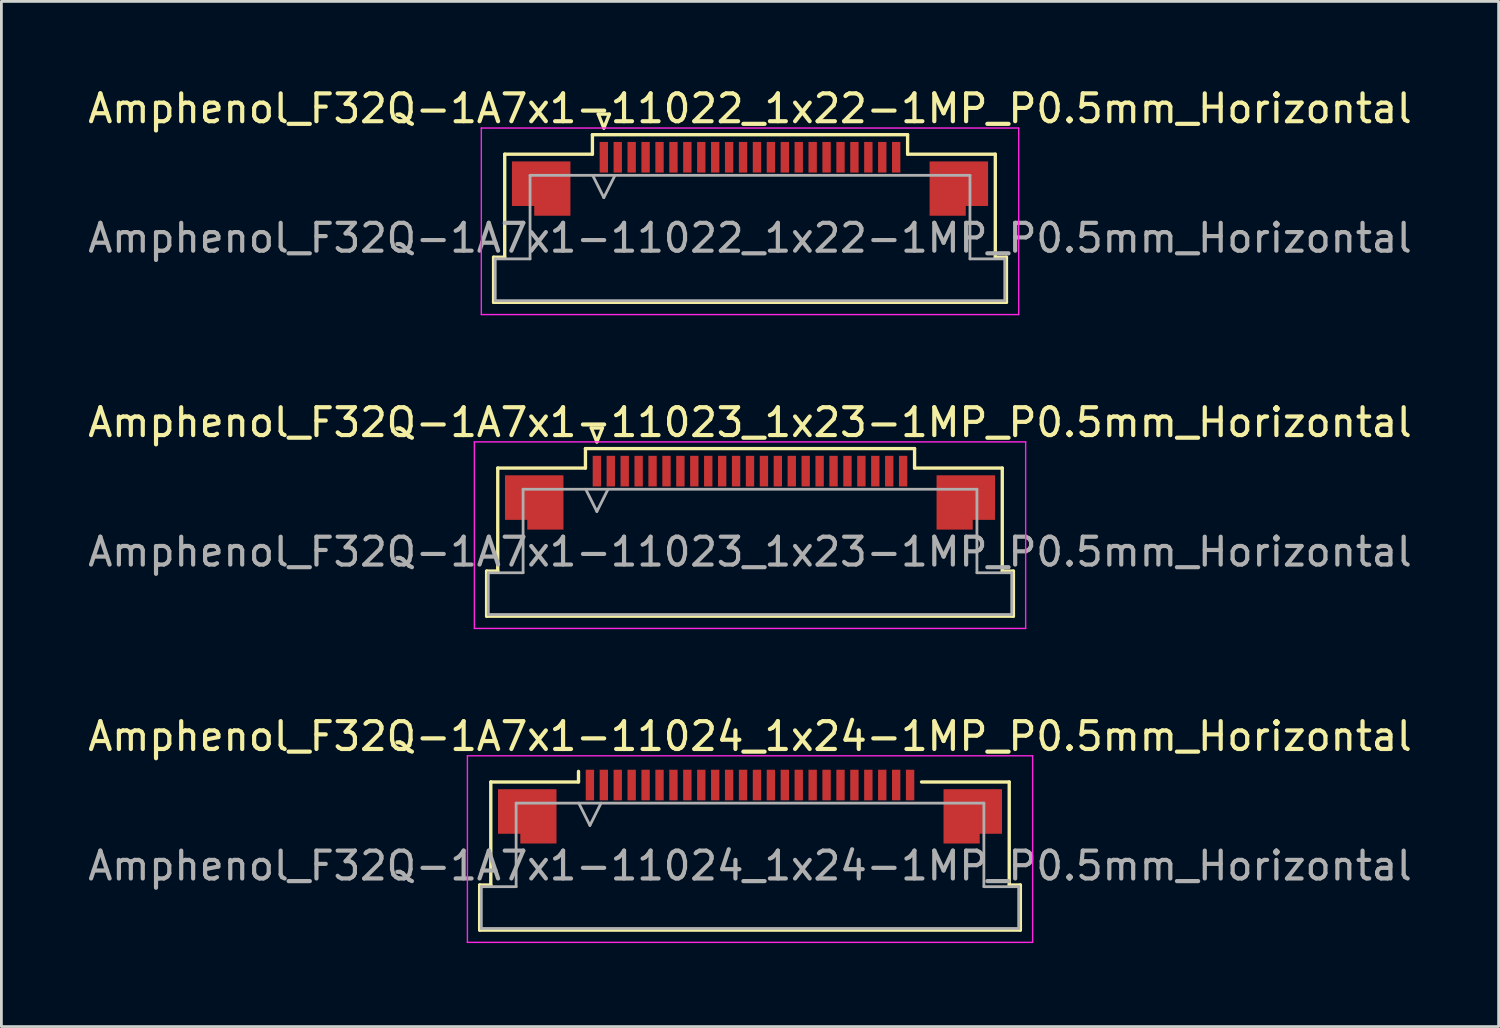
<source format=kicad_pcb>
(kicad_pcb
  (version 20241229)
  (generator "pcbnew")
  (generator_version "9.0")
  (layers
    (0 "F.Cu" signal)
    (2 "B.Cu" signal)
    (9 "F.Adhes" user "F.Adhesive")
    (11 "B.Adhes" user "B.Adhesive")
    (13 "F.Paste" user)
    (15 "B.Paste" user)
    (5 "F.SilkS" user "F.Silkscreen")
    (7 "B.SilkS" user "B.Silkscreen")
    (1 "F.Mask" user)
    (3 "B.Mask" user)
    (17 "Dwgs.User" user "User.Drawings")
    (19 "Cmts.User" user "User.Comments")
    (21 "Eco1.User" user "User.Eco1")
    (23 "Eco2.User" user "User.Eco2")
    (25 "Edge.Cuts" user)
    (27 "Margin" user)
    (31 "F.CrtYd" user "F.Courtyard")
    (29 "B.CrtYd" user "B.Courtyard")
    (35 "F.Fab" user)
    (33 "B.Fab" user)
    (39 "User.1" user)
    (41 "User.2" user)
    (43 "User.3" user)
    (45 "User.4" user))
  (footprint "Amphenol_F32Q-1A7x1-11024_1x24-1MP_P0.5mm_Horizontal"
    (layer "F.Cu")
    (at 23.887 28.045)
    (property "Reference" "Amphenol_F32Q-1A7x1-11024_1x24-1MP_P0.5mm_Horizontal" (at 0 -4.65 0) (layer "F.SilkS") (effects (font (size 1 1) (thickness 0.15))))
    (attr smd)
    (fp_line (start -9.71 0.69) (end -9.31 0.69) (stroke (width 0.12) (type solid)) (layer "F.SilkS"))
    (fp_line (start -9.71 2.31) (end -9.71 0.69) (stroke (width 0.12) (type solid)) (layer "F.SilkS"))
    (fp_line (start -9.31 -3.01) (end -6.16 -3.01) (stroke (width 0.12) (type solid)) (layer "F.SilkS"))
    (fp_line (start -9.31 0.69) (end -9.31 -3.01) (stroke (width 0.12) (type solid)) (layer "F.SilkS"))
    (fp_line (start -6.16 -3.01) (end -6.16 -3.39) (stroke (width 0.12) (type solid)) (layer "F.SilkS"))
    (fp_line (start 6.16 -3.01) (end 9.31 -3.01) (stroke (width 0.12) (type solid)) (layer "F.SilkS"))
    (fp_line (start 9.31 -3.01) (end 9.31 0.69) (stroke (width 0.12) (type solid)) (layer "F.SilkS"))
    (fp_line (start 9.31 0.69) (end 9.71 0.69) (stroke (width 0.12) (type solid)) (layer "F.SilkS"))
    (fp_line (start 9.71 0.69) (end 9.71 2.31) (stroke (width 0.12) (type solid)) (layer "F.SilkS"))
    (fp_line (start 9.71 2.31) (end -9.71 2.31) (stroke (width 0.12) (type solid)) (layer "F.SilkS"))
    (fp_line (start -10.15 -3.95) (end -10.15 2.75) (stroke (width 0.05) (type solid)) (layer "F.CrtYd"))
    (fp_line (start -10.15 2.75) (end 10.15 2.75) (stroke (width 0.05) (type solid)) (layer "F.CrtYd"))
    (fp_line (start 10.15 -3.95) (end -10.15 -3.95) (stroke (width 0.05) (type solid)) (layer "F.CrtYd"))
    (fp_line (start 10.15 2.75) (end 10.15 -3.95) (stroke (width 0.05) (type solid)) (layer "F.CrtYd"))
    (fp_line (start -9.65 0.75) (end -8.4 0.75) (stroke (width 0.1) (type solid)) (layer "F.Fab"))
    (fp_line (start -9.65 2.25) (end -9.65 0.75) (stroke (width 0.1) (type solid)) (layer "F.Fab"))
    (fp_line (start -8.4 -2.25) (end 8.4 -2.25) (stroke (width 0.1) (type solid)) (layer "F.Fab"))
    (fp_line (start -8.4 0.75) (end -8.4 -2.25) (stroke (width 0.1) (type solid)) (layer "F.Fab"))
    (fp_line (start -6.15 -2.25) (end -5.75 -1.45) (stroke (width 0.1) (type solid)) (layer "F.Fab"))
    (fp_line (start -5.75 -1.45) (end -5.35 -2.25) (stroke (width 0.1) (type solid)) (layer "F.Fab"))
    (fp_line (start 8.4 -2.25) (end 8.4 0.75) (stroke (width 0.1) (type solid)) (layer "F.Fab"))
    (fp_line (start 8.4 0.75) (end 9.65 0.75) (stroke (width 0.1) (type solid)) (layer "F.Fab"))
    (fp_line (start 9.65 0.75) (end 9.65 2.25) (stroke (width 0.1) (type solid)) (layer "F.Fab"))
    (fp_line (start 9.65 2.25) (end -9.65 2.25) (stroke (width 0.1) (type solid)) (layer "F.Fab"))
    (fp_text user "${REFERENCE}" (at 0 0 0) (layer "F.Fab") (effects (font (size 1 1) (thickness 0.15))))
    (pad "1" smd rect (at -5.75 -2.9) (size 0.3 1.1) (layers "F.Cu" "F.Mask" "F.Paste"))
    (pad "2" smd rect (at -5.25 -2.9) (size 0.3 1.1) (layers "F.Cu" "F.Mask" "F.Paste"))
    (pad "3" smd rect (at -4.75 -2.9) (size 0.3 1.1) (layers "F.Cu" "F.Mask" "F.Paste"))
    (pad "4" smd rect (at -4.25 -2.9) (size 0.3 1.1) (layers "F.Cu" "F.Mask" "F.Paste"))
    (pad "5" smd rect (at -3.75 -2.9) (size 0.3 1.1) (layers "F.Cu" "F.Mask" "F.Paste"))
    (pad "6" smd rect (at -3.25 -2.9) (size 0.3 1.1) (layers "F.Cu" "F.Mask" "F.Paste"))
    (pad "7" smd rect (at -2.75 -2.9) (size 0.3 1.1) (layers "F.Cu" "F.Mask" "F.Paste"))
    (pad "8" smd rect (at -2.25 -2.9) (size 0.3 1.1) (layers "F.Cu" "F.Mask" "F.Paste"))
    (pad "9" smd rect (at -1.75 -2.9) (size 0.3 1.1) (layers "F.Cu" "F.Mask" "F.Paste"))
    (pad "10" smd rect (at -1.25 -2.9) (size 0.3 1.1) (layers "F.Cu" "F.Mask" "F.Paste"))
    (pad "11" smd rect (at -0.75 -2.9) (size 0.3 1.1) (layers "F.Cu" "F.Mask" "F.Paste"))
    (pad "12" smd rect (at -0.25 -2.9) (size 0.3 1.1) (layers "F.Cu" "F.Mask" "F.Paste"))
    (pad "13" smd rect (at 0.25 -2.9) (size 0.3 1.1) (layers "F.Cu" "F.Mask" "F.Paste"))
    (pad "14" smd rect (at 0.75 -2.9) (size 0.3 1.1) (layers "F.Cu" "F.Mask" "F.Paste"))
    (pad "15" smd rect (at 1.25 -2.9) (size 0.3 1.1) (layers "F.Cu" "F.Mask" "F.Paste"))
    (pad "16" smd rect (at 1.75 -2.9) (size 0.3 1.1) (layers "F.Cu" "F.Mask" "F.Paste"))
    (pad "17" smd rect (at 2.25 -2.9) (size 0.3 1.1) (layers "F.Cu" "F.Mask" "F.Paste"))
    (pad "18" smd rect (at 2.75 -2.9) (size 0.3 1.1) (layers "F.Cu" "F.Mask" "F.Paste"))
    (pad "19" smd rect (at 3.25 -2.9) (size 0.3 1.1) (layers "F.Cu" "F.Mask" "F.Paste"))
    (pad "20" smd rect (at 3.75 -2.9) (size 0.3 1.1) (layers "F.Cu" "F.Mask" "F.Paste"))
    (pad "21" smd rect (at 4.25 -2.9) (size 0.3 1.1) (layers "F.Cu" "F.Mask" "F.Paste"))
    (pad "22" smd rect (at 4.75 -2.9) (size 0.3 1.1) (layers "F.Cu" "F.Mask" "F.Paste"))
    (pad "23" smd rect (at 5.25 -2.9) (size 0.3 1.1) (layers "F.Cu" "F.Mask" "F.Paste"))
    (pad "24" smd rect (at 5.75 -2.9) (size 0.3 1.1) (layers "F.Cu" "F.Mask" "F.Paste"))
    (pad "MP" smd custom (at -8 -1.775) (size 1 1) (layers "F.Cu" "F.Mask" "F.Paste") (options (anchor circle)) (primitives (gr_poly (pts (xy 1.05 -0.975) (xy 1.05 0.975) (xy -0.25 0.975) (xy -0.25 0.625) (xy -1.05 0.625) (xy -1.05 -0.975) (xy 1.05 -0.975)) (width 0) (fill yes))))
    (pad "MP" smd custom (at 8 -1.775) (size 1 1) (layers "F.Cu" "F.Mask" "F.Paste") (options (anchor circle)) (primitives (gr_poly (pts (xy -1.05 -0.975) (xy -1.05 0.975) (xy 0.25 0.975) (xy 0.25 0.625) (xy 1.05 0.625) (xy 1.05 -0.975) (xy -1.05 -0.975)) (width 0) (fill yes)))))
  (footprint "Amphenol_F32Q-1A7x1-11022_1x22-1MP_P0.5mm_Horizontal"
    (layer "F.Cu")
    (at 23.887 5.498)
    (property "Reference" "Amphenol_F32Q-1A7x1-11022_1x22-1MP_P0.5mm_Horizontal" (at 0 -4.65 0) (layer "F.SilkS") (effects (font (size 1 1) (thickness 0.15))))
    (attr smd)
    (fp_line (start -9.21 0.69) (end -8.81 0.69) (stroke (width 0.12) (type solid)) (layer "F.SilkS"))
    (fp_line (start -9.21 2.31) (end -9.21 0.69) (stroke (width 0.12) (type solid)) (layer "F.SilkS"))
    (fp_line (start -8.81 -3.01) (end -5.66 -3.01) (stroke (width 0.12) (type solid)) (layer "F.SilkS"))
    (fp_line (start -8.81 0.69) (end -8.81 -3.01) (stroke (width 0.12) (type solid)) (layer "F.SilkS"))
    (fp_line (start -5.66 -3.71) (end 5.66 -3.71) (stroke (width 0.12) (type solid)) (layer "F.SilkS"))
    (fp_line (start -5.66 -3.01) (end -5.66 -3.71) (stroke (width 0.12) (type solid)) (layer "F.SilkS"))
    (fp_line (start -5.45 -4.45) (end -5.25 -3.95) (stroke (width 0.12) (type solid)) (layer "F.SilkS"))
    (fp_line (start -5.25 -3.95) (end -5.05 -4.45) (stroke (width 0.12) (type solid)) (layer "F.SilkS"))
    (fp_line (start -5.05 -4.45) (end -5.45 -4.45) (stroke (width 0.12) (type solid)) (layer "F.SilkS"))
    (fp_line (start 5.66 -3.71) (end 5.66 -3.01) (stroke (width 0.12) (type solid)) (layer "F.SilkS"))
    (fp_line (start 5.66 -3.01) (end 8.81 -3.01) (stroke (width 0.12) (type solid)) (layer "F.SilkS"))
    (fp_line (start 8.81 -3.01) (end 8.81 0.69) (stroke (width 0.12) (type solid)) (layer "F.SilkS"))
    (fp_line (start 8.81 0.69) (end 9.21 0.69) (stroke (width 0.12) (type solid)) (layer "F.SilkS"))
    (fp_line (start 9.21 0.69) (end 9.21 2.31) (stroke (width 0.12) (type solid)) (layer "F.SilkS"))
    (fp_line (start 9.21 2.31) (end -9.21 2.31) (stroke (width 0.12) (type solid)) (layer "F.SilkS"))
    (fp_line (start -9.65 -3.95) (end -9.65 2.75) (stroke (width 0.05) (type solid)) (layer "F.CrtYd"))
    (fp_line (start -9.65 2.75) (end 9.65 2.75) (stroke (width 0.05) (type solid)) (layer "F.CrtYd"))
    (fp_line (start 9.65 -3.95) (end -9.65 -3.95) (stroke (width 0.05) (type solid)) (layer "F.CrtYd"))
    (fp_line (start 9.65 2.75) (end 9.65 -3.95) (stroke (width 0.05) (type solid)) (layer "F.CrtYd"))
    (fp_line (start -9.15 0.75) (end -7.9 0.75) (stroke (width 0.1) (type solid)) (layer "F.Fab"))
    (fp_line (start -9.15 2.25) (end -9.15 0.75) (stroke (width 0.1) (type solid)) (layer "F.Fab"))
    (fp_line (start -7.9 -2.25) (end 7.9 -2.25) (stroke (width 0.1) (type solid)) (layer "F.Fab"))
    (fp_line (start -7.9 0.75) (end -7.9 -2.25) (stroke (width 0.1) (type solid)) (layer "F.Fab"))
    (fp_line (start -5.65 -2.25) (end -5.25 -1.45) (stroke (width 0.1) (type solid)) (layer "F.Fab"))
    (fp_line (start -5.25 -1.45) (end -4.85 -2.25) (stroke (width 0.1) (type solid)) (layer "F.Fab"))
    (fp_line (start 7.9 -2.25) (end 7.9 0.75) (stroke (width 0.1) (type solid)) (layer "F.Fab"))
    (fp_line (start 7.9 0.75) (end 9.15 0.75) (stroke (width 0.1) (type solid)) (layer "F.Fab"))
    (fp_line (start 9.15 0.75) (end 9.15 2.25) (stroke (width 0.1) (type solid)) (layer "F.Fab"))
    (fp_line (start 9.15 2.25) (end -9.15 2.25) (stroke (width 0.1) (type solid)) (layer "F.Fab"))
    (fp_text user "${REFERENCE}" (at 0 0 0) (layer "F.Fab") (effects (font (size 1 1) (thickness 0.15))))
    (pad "1" smd rect (at -5.25 -2.9) (size 0.3 1.1) (layers "F.Cu" "F.Mask" "F.Paste"))
    (pad "2" smd rect (at -4.75 -2.9) (size 0.3 1.1) (layers "F.Cu" "F.Mask" "F.Paste"))
    (pad "3" smd rect (at -4.25 -2.9) (size 0.3 1.1) (layers "F.Cu" "F.Mask" "F.Paste"))
    (pad "4" smd rect (at -3.75 -2.9) (size 0.3 1.1) (layers "F.Cu" "F.Mask" "F.Paste"))
    (pad "5" smd rect (at -3.25 -2.9) (size 0.3 1.1) (layers "F.Cu" "F.Mask" "F.Paste"))
    (pad "6" smd rect (at -2.75 -2.9) (size 0.3 1.1) (layers "F.Cu" "F.Mask" "F.Paste"))
    (pad "7" smd rect (at -2.25 -2.9) (size 0.3 1.1) (layers "F.Cu" "F.Mask" "F.Paste"))
    (pad "8" smd rect (at -1.75 -2.9) (size 0.3 1.1) (layers "F.Cu" "F.Mask" "F.Paste"))
    (pad "9" smd rect (at -1.25 -2.9) (size 0.3 1.1) (layers "F.Cu" "F.Mask" "F.Paste"))
    (pad "10" smd rect (at -0.75 -2.9) (size 0.3 1.1) (layers "F.Cu" "F.Mask" "F.Paste"))
    (pad "11" smd rect (at -0.25 -2.9) (size 0.3 1.1) (layers "F.Cu" "F.Mask" "F.Paste"))
    (pad "12" smd rect (at 0.25 -2.9) (size 0.3 1.1) (layers "F.Cu" "F.Mask" "F.Paste"))
    (pad "13" smd rect (at 0.75 -2.9) (size 0.3 1.1) (layers "F.Cu" "F.Mask" "F.Paste"))
    (pad "14" smd rect (at 1.25 -2.9) (size 0.3 1.1) (layers "F.Cu" "F.Mask" "F.Paste"))
    (pad "15" smd rect (at 1.75 -2.9) (size 0.3 1.1) (layers "F.Cu" "F.Mask" "F.Paste"))
    (pad "16" smd rect (at 2.25 -2.9) (size 0.3 1.1) (layers "F.Cu" "F.Mask" "F.Paste"))
    (pad "17" smd rect (at 2.75 -2.9) (size 0.3 1.1) (layers "F.Cu" "F.Mask" "F.Paste"))
    (pad "18" smd rect (at 3.25 -2.9) (size 0.3 1.1) (layers "F.Cu" "F.Mask" "F.Paste"))
    (pad "19" smd rect (at 3.75 -2.9) (size 0.3 1.1) (layers "F.Cu" "F.Mask" "F.Paste"))
    (pad "20" smd rect (at 4.25 -2.9) (size 0.3 1.1) (layers "F.Cu" "F.Mask" "F.Paste"))
    (pad "21" smd rect (at 4.75 -2.9) (size 0.3 1.1) (layers "F.Cu" "F.Mask" "F.Paste"))
    (pad "22" smd rect (at 5.25 -2.9) (size 0.3 1.1) (layers "F.Cu" "F.Mask" "F.Paste"))
    (pad "MP" smd custom (at -7.5 -1.775) (size 1 1) (layers "F.Cu" "F.Mask" "F.Paste") (options (anchor circle)) (primitives (gr_poly (pts (xy 1.05 -0.975) (xy 1.05 0.975) (xy -0.25 0.975) (xy -0.25 0.625) (xy -1.05 0.625) (xy -1.05 -0.975) (xy 1.05 -0.975)) (width 0) (fill yes))))
    (pad "MP" smd custom (at 7.5 -1.775) (size 1 1) (layers "F.Cu" "F.Mask" "F.Paste") (options (anchor circle)) (primitives (gr_poly (pts (xy -1.05 -0.975) (xy -1.05 0.975) (xy 0.25 0.975) (xy 0.25 0.625) (xy 1.05 0.625) (xy 1.05 -0.975) (xy -1.05 -0.975)) (width 0) (fill yes)))))
  (footprint "Amphenol_F32Q-1A7x1-11023_1x23-1MP_P0.5mm_Horizontal"
    (layer "F.Cu")
    (at 23.887 16.771)
    (property "Reference" "Amphenol_F32Q-1A7x1-11023_1x23-1MP_P0.5mm_Horizontal" (at 0 -4.65 0) (layer "F.SilkS") (effects (font (size 1 1) (thickness 0.15))))
    (attr smd)
    (fp_line (start -9.46 0.69) (end -9.06 0.69) (stroke (width 0.12) (type solid)) (layer "F.SilkS"))
    (fp_line (start -9.46 2.31) (end -9.46 0.69) (stroke (width 0.12) (type solid)) (layer "F.SilkS"))
    (fp_line (start -9.06 -3.01) (end -5.91 -3.01) (stroke (width 0.12) (type solid)) (layer "F.SilkS"))
    (fp_line (start -9.06 0.69) (end -9.06 -3.01) (stroke (width 0.12) (type solid)) (layer "F.SilkS"))
    (fp_line (start -5.91 -3.71) (end 5.91 -3.71) (stroke (width 0.12) (type solid)) (layer "F.SilkS"))
    (fp_line (start -5.91 -3.01) (end -5.91 -3.71) (stroke (width 0.12) (type solid)) (layer "F.SilkS"))
    (fp_line (start -5.7 -4.45) (end -5.5 -3.95) (stroke (width 0.12) (type solid)) (layer "F.SilkS"))
    (fp_line (start -5.5 -3.95) (end -5.3 -4.45) (stroke (width 0.12) (type solid)) (layer "F.SilkS"))
    (fp_line (start -5.3 -4.45) (end -5.7 -4.45) (stroke (width 0.12) (type solid)) (layer "F.SilkS"))
    (fp_line (start 5.91 -3.71) (end 5.91 -3.01) (stroke (width 0.12) (type solid)) (layer "F.SilkS"))
    (fp_line (start 5.91 -3.01) (end 9.06 -3.01) (stroke (width 0.12) (type solid)) (layer "F.SilkS"))
    (fp_line (start 9.06 -3.01) (end 9.06 0.69) (stroke (width 0.12) (type solid)) (layer "F.SilkS"))
    (fp_line (start 9.06 0.69) (end 9.46 0.69) (stroke (width 0.12) (type solid)) (layer "F.SilkS"))
    (fp_line (start 9.46 0.69) (end 9.46 2.31) (stroke (width 0.12) (type solid)) (layer "F.SilkS"))
    (fp_line (start 9.46 2.31) (end -9.46 2.31) (stroke (width 0.12) (type solid)) (layer "F.SilkS"))
    (fp_line (start -9.9 -3.95) (end -9.9 2.75) (stroke (width 0.05) (type solid)) (layer "F.CrtYd"))
    (fp_line (start -9.9 2.75) (end 9.9 2.75) (stroke (width 0.05) (type solid)) (layer "F.CrtYd"))
    (fp_line (start 9.9 -3.95) (end -9.9 -3.95) (stroke (width 0.05) (type solid)) (layer "F.CrtYd"))
    (fp_line (start 9.9 2.75) (end 9.9 -3.95) (stroke (width 0.05) (type solid)) (layer "F.CrtYd"))
    (fp_line (start -9.4 0.75) (end -8.15 0.75) (stroke (width 0.1) (type solid)) (layer "F.Fab"))
    (fp_line (start -9.4 2.25) (end -9.4 0.75) (stroke (width 0.1) (type solid)) (layer "F.Fab"))
    (fp_line (start -8.15 -2.25) (end 8.15 -2.25) (stroke (width 0.1) (type solid)) (layer "F.Fab"))
    (fp_line (start -8.15 0.75) (end -8.15 -2.25) (stroke (width 0.1) (type solid)) (layer "F.Fab"))
    (fp_line (start -5.9 -2.25) (end -5.5 -1.45) (stroke (width 0.1) (type solid)) (layer "F.Fab"))
    (fp_line (start -5.5 -1.45) (end -5.1 -2.25) (stroke (width 0.1) (type solid)) (layer "F.Fab"))
    (fp_line (start 8.15 -2.25) (end 8.15 0.75) (stroke (width 0.1) (type solid)) (layer "F.Fab"))
    (fp_line (start 8.15 0.75) (end 9.4 0.75) (stroke (width 0.1) (type solid)) (layer "F.Fab"))
    (fp_line (start 9.4 0.75) (end 9.4 2.25) (stroke (width 0.1) (type solid)) (layer "F.Fab"))
    (fp_line (start 9.4 2.25) (end -9.4 2.25) (stroke (width 0.1) (type solid)) (layer "F.Fab"))
    (fp_text user "${REFERENCE}" (at 0 0 0) (layer "F.Fab") (effects (font (size 1 1) (thickness 0.15))))
    (pad "1" smd rect (at -5.5 -2.9) (size 0.3 1.1) (layers "F.Cu" "F.Mask" "F.Paste"))
    (pad "2" smd rect (at -5 -2.9) (size 0.3 1.1) (layers "F.Cu" "F.Mask" "F.Paste"))
    (pad "3" smd rect (at -4.5 -2.9) (size 0.3 1.1) (layers "F.Cu" "F.Mask" "F.Paste"))
    (pad "4" smd rect (at -4 -2.9) (size 0.3 1.1) (layers "F.Cu" "F.Mask" "F.Paste"))
    (pad "5" smd rect (at -3.5 -2.9) (size 0.3 1.1) (layers "F.Cu" "F.Mask" "F.Paste"))
    (pad "6" smd rect (at -3 -2.9) (size 0.3 1.1) (layers "F.Cu" "F.Mask" "F.Paste"))
    (pad "7" smd rect (at -2.5 -2.9) (size 0.3 1.1) (layers "F.Cu" "F.Mask" "F.Paste"))
    (pad "8" smd rect (at -2 -2.9) (size 0.3 1.1) (layers "F.Cu" "F.Mask" "F.Paste"))
    (pad "9" smd rect (at -1.5 -2.9) (size 0.3 1.1) (layers "F.Cu" "F.Mask" "F.Paste"))
    (pad "10" smd rect (at -1 -2.9) (size 0.3 1.1) (layers "F.Cu" "F.Mask" "F.Paste"))
    (pad "11" smd rect (at -0.5 -2.9) (size 0.3 1.1) (layers "F.Cu" "F.Mask" "F.Paste"))
    (pad "12" smd rect (at 0 -2.9) (size 0.3 1.1) (layers "F.Cu" "F.Mask" "F.Paste"))
    (pad "13" smd rect (at 0.5 -2.9) (size 0.3 1.1) (layers "F.Cu" "F.Mask" "F.Paste"))
    (pad "14" smd rect (at 1 -2.9) (size 0.3 1.1) (layers "F.Cu" "F.Mask" "F.Paste"))
    (pad "15" smd rect (at 1.5 -2.9) (size 0.3 1.1) (layers "F.Cu" "F.Mask" "F.Paste"))
    (pad "16" smd rect (at 2 -2.9) (size 0.3 1.1) (layers "F.Cu" "F.Mask" "F.Paste"))
    (pad "17" smd rect (at 2.5 -2.9) (size 0.3 1.1) (layers "F.Cu" "F.Mask" "F.Paste"))
    (pad "18" smd rect (at 3 -2.9) (size 0.3 1.1) (layers "F.Cu" "F.Mask" "F.Paste"))
    (pad "19" smd rect (at 3.5 -2.9) (size 0.3 1.1) (layers "F.Cu" "F.Mask" "F.Paste"))
    (pad "20" smd rect (at 4 -2.9) (size 0.3 1.1) (layers "F.Cu" "F.Mask" "F.Paste"))
    (pad "21" smd rect (at 4.5 -2.9) (size 0.3 1.1) (layers "F.Cu" "F.Mask" "F.Paste"))
    (pad "22" smd rect (at 5 -2.9) (size 0.3 1.1) (layers "F.Cu" "F.Mask" "F.Paste"))
    (pad "23" smd rect (at 5.5 -2.9) (size 0.3 1.1) (layers "F.Cu" "F.Mask" "F.Paste"))
    (pad "MP" smd custom (at -7.75 -1.775) (size 1 1) (layers "F.Cu" "F.Mask" "F.Paste") (options (anchor circle)) (primitives (gr_poly (pts (xy 1.05 -0.975) (xy 1.05 0.975) (xy -0.25 0.975) (xy -0.25 0.625) (xy -1.05 0.625) (xy -1.05 -0.975) (xy 1.05 -0.975)) (width 0) (fill yes))))
    (pad "MP" smd custom (at 7.75 -1.775) (size 1 1) (layers "F.Cu" "F.Mask" "F.Paste") (options (anchor circle)) (primitives (gr_poly (pts (xy -1.05 -0.975) (xy -1.05 0.975) (xy 0.25 0.975) (xy 0.25 0.625) (xy 1.05 0.625) (xy 1.05 -0.975) (xy -1.05 -0.975)) (width 0) (fill yes)))))
  (gr_rect
    (start -3 -3)
    (end 50.774 33.82)
    (stroke (width 0.1) (type default))
    (fill no)
    (layer "Edge.Cuts")))
</source>
